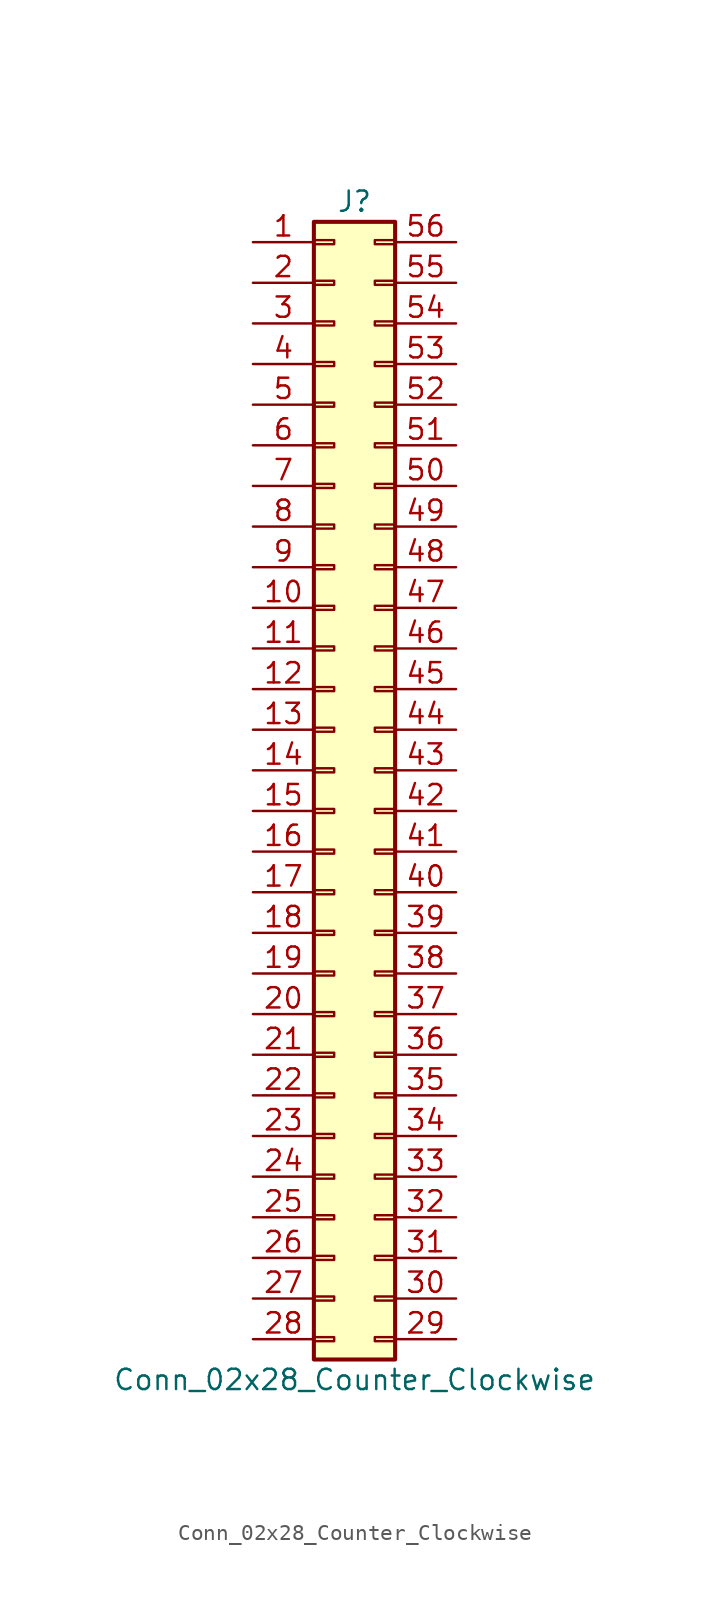
<source format=kicad_sym>
(kicad_symbol_lib
  (version 20201005)
  (generator kicad_symbol_editor)
  (symbol "Connector_Generic:Conn_02x28_Counter_Clockwise"
    (pin_names
      (offset 1.016) hide)
    (property "Reference" "J"
      (at 1.27 35.56 0)
      (effects (font (size 1.27 1.27))))
    (property "Value" "Conn_02x28_Counter_Clockwise"
      (at 1.27 -38.1 0)
      (effects (font (size 1.27 1.27))))
    (symbol "Conn_02x28_Counter_Clockwise_1_1"
      (rectangle (start -1.27 -27.813) (end 0 -28.067) (stroke (width 0.152)) (fill (type none)))
      (rectangle (start -1.27 -30.353) (end 0 -30.607) (stroke (width 0.152)) (fill (type none)))
      (rectangle (start -1.27 -32.893) (end 0 -33.147) (stroke (width 0.152)) (fill (type none)))
      (rectangle (start -1.27 -35.433) (end 0 -35.687) (stroke (width 0.152)) (fill (type none)))
      (rectangle (start -1.27 -4.953) (end 0 -5.207) (stroke (width 0.152)) (fill (type none)))
      (rectangle (start -1.27 -7.493) (end 0 -7.747) (stroke (width 0.152)) (fill (type none)))
      (rectangle (start -1.27 -10.033) (end 0 -10.287) (stroke (width 0.152)) (fill (type none)))
      (rectangle (start -1.27 -12.573) (end 0 -12.827) (stroke (width 0.152)) (fill (type none)))
      (rectangle (start -1.27 -15.113) (end 0 -15.367) (stroke (width 0.152)) (fill (type none)))
      (rectangle (start -1.27 -17.653) (end 0 -17.907) (stroke (width 0.152)) (fill (type none)))
      (rectangle (start -1.27 -20.193) (end 0 -20.447) (stroke (width 0.152)) (fill (type none)))
      (rectangle (start -1.27 -22.733) (end 0 -22.987) (stroke (width 0.152)) (fill (type none)))
      (rectangle (start -1.27 -2.413) (end 0 -2.667) (stroke (width 0.152)) (fill (type none)))
      (rectangle (start -1.27 -25.273) (end 0 -25.527) (stroke (width 0.152)) (fill (type none)))
      (rectangle (start -1.27 25.527) (end 0 25.273) (stroke (width 0.152)) (fill (type none)))
      (rectangle (start -1.27 2.667) (end 0 2.413) (stroke (width 0.152)) (fill (type none)))
      (rectangle (start -1.27 28.067) (end 0 27.813) (stroke (width 0.152)) (fill (type none)))
      (rectangle (start -1.27 30.607) (end 0 30.353) (stroke (width 0.152)) (fill (type none)))
      (rectangle (start -1.27 33.147) (end 0 32.893) (stroke (width 0.152)) (fill (type none)))
      (rectangle (start -1.27 34.29) (end 3.81 -36.83) (stroke (width 0.254)) (fill (type background)))
      (rectangle (start -1.27 5.207) (end 0 4.953) (stroke (width 0.152)) (fill (type none)))
      (rectangle (start -1.27 7.747) (end 0 7.493) (stroke (width 0.152)) (fill (type none)))
      (rectangle (start -1.27 10.287) (end 0 10.033) (stroke (width 0.152)) (fill (type none)))
      (rectangle (start -1.27 0.127) (end 0 -0.127) (stroke (width 0.152)) (fill (type none)))
      (rectangle (start -1.27 12.827) (end 0 12.573) (stroke (width 0.152)) (fill (type none)))
      (rectangle (start -1.27 15.367) (end 0 15.113) (stroke (width 0.152)) (fill (type none)))
      (rectangle (start -1.27 17.907) (end 0 17.653) (stroke (width 0.152)) (fill (type none)))
      (rectangle (start -1.27 20.447) (end 0 20.193) (stroke (width 0.152)) (fill (type none)))
      (rectangle (start -1.27 22.987) (end 0 22.733) (stroke (width 0.152)) (fill (type none)))
      (rectangle (start 3.81 -27.813) (end 2.54 -28.067) (stroke (width 0.152)) (fill (type none)))
      (rectangle (start 3.81 -30.353) (end 2.54 -30.607) (stroke (width 0.152)) (fill (type none)))
      (rectangle (start 3.81 -32.893) (end 2.54 -33.147) (stroke (width 0.152)) (fill (type none)))
      (rectangle (start 3.81 -35.433) (end 2.54 -35.687) (stroke (width 0.152)) (fill (type none)))
      (rectangle (start 3.81 -4.953) (end 2.54 -5.207) (stroke (width 0.152)) (fill (type none)))
      (rectangle (start 3.81 -7.493) (end 2.54 -7.747) (stroke (width 0.152)) (fill (type none)))
      (rectangle (start 3.81 -10.033) (end 2.54 -10.287) (stroke (width 0.152)) (fill (type none)))
      (rectangle (start 3.81 -12.573) (end 2.54 -12.827) (stroke (width 0.152)) (fill (type none)))
      (rectangle (start 3.81 -15.113) (end 2.54 -15.367) (stroke (width 0.152)) (fill (type none)))
      (rectangle (start 3.81 -17.653) (end 2.54 -17.907) (stroke (width 0.152)) (fill (type none)))
      (rectangle (start 3.81 -20.193) (end 2.54 -20.447) (stroke (width 0.152)) (fill (type none)))
      (rectangle (start 3.81 -22.733) (end 2.54 -22.987) (stroke (width 0.152)) (fill (type none)))
      (rectangle (start 3.81 -2.413) (end 2.54 -2.667) (stroke (width 0.152)) (fill (type none)))
      (rectangle (start 3.81 -25.273) (end 2.54 -25.527) (stroke (width 0.152)) (fill (type none)))
      (rectangle (start 3.81 25.527) (end 2.54 25.273) (stroke (width 0.152)) (fill (type none)))
      (rectangle (start 3.81 2.667) (end 2.54 2.413) (stroke (width 0.152)) (fill (type none)))
      (rectangle (start 3.81 28.067) (end 2.54 27.813) (stroke (width 0.152)) (fill (type none)))
      (rectangle (start 3.81 30.607) (end 2.54 30.353) (stroke (width 0.152)) (fill (type none)))
      (rectangle (start 3.81 33.147) (end 2.54 32.893) (stroke (width 0.152)) (fill (type none)))
      (rectangle (start 3.81 5.207) (end 2.54 4.953) (stroke (width 0.152)) (fill (type none)))
      (rectangle (start 3.81 7.747) (end 2.54 7.493) (stroke (width 0.152)) (fill (type none)))
      (rectangle (start 3.81 10.287) (end 2.54 10.033) (stroke (width 0.152)) (fill (type none)))
      (rectangle (start 3.81 0.127) (end 2.54 -0.127) (stroke (width 0.152)) (fill (type none)))
      (rectangle (start 3.81 12.827) (end 2.54 12.573) (stroke (width 0.152)) (fill (type none)))
      (rectangle (start 3.81 15.367) (end 2.54 15.113) (stroke (width 0.152)) (fill (type none)))
      (rectangle (start 3.81 17.907) (end 2.54 17.653) (stroke (width 0.152)) (fill (type none)))
      (rectangle (start 3.81 20.447) (end 2.54 20.193) (stroke (width 0.152)) (fill (type none)))
      (rectangle (start 3.81 22.987) (end 2.54 22.733) (stroke (width 0.152)) (fill (type none)))
      (pin passive line (at -5.08 33.02 0) (length 3.81) (name "Pin_1" (effects (font (size 1.27 1.27)))) (number "1" (effects (font (size 1.27 1.27)))))
      (pin passive line (at -5.08 10.16 0) (length 3.81) (name "Pin_10" (effects (font (size 1.27 1.27)))) (number "10" (effects (font (size 1.27 1.27)))))
      (pin passive line (at -5.08 7.62 0) (length 3.81) (name "Pin_11" (effects (font (size 1.27 1.27)))) (number "11" (effects (font (size 1.27 1.27)))))
      (pin passive line (at -5.08 5.08 0) (length 3.81) (name "Pin_12" (effects (font (size 1.27 1.27)))) (number "12" (effects (font (size 1.27 1.27)))))
      (pin passive line (at -5.08 2.54 0) (length 3.81) (name "Pin_13" (effects (font (size 1.27 1.27)))) (number "13" (effects (font (size 1.27 1.27)))))
      (pin passive line (at -5.08 0 0) (length 3.81) (name "Pin_14" (effects (font (size 1.27 1.27)))) (number "14" (effects (font (size 1.27 1.27)))))
      (pin passive line (at -5.08 -2.54 0) (length 3.81) (name "Pin_15" (effects (font (size 1.27 1.27)))) (number "15" (effects (font (size 1.27 1.27)))))
      (pin passive line (at -5.08 -5.08 0) (length 3.81) (name "Pin_16" (effects (font (size 1.27 1.27)))) (number "16" (effects (font (size 1.27 1.27)))))
      (pin passive line (at -5.08 -7.62 0) (length 3.81) (name "Pin_17" (effects (font (size 1.27 1.27)))) (number "17" (effects (font (size 1.27 1.27)))))
      (pin passive line (at -5.08 -10.16 0) (length 3.81) (name "Pin_18" (effects (font (size 1.27 1.27)))) (number "18" (effects (font (size 1.27 1.27)))))
      (pin passive line (at -5.08 -12.7 0) (length 3.81) (name "Pin_19" (effects (font (size 1.27 1.27)))) (number "19" (effects (font (size 1.27 1.27)))))
      (pin passive line (at -5.08 30.48 0) (length 3.81) (name "Pin_2" (effects (font (size 1.27 1.27)))) (number "2" (effects (font (size 1.27 1.27)))))
      (pin passive line (at -5.08 -15.24 0) (length 3.81) (name "Pin_20" (effects (font (size 1.27 1.27)))) (number "20" (effects (font (size 1.27 1.27)))))
      (pin passive line (at -5.08 -17.78 0) (length 3.81) (name "Pin_21" (effects (font (size 1.27 1.27)))) (number "21" (effects (font (size 1.27 1.27)))))
      (pin passive line (at -5.08 -20.32 0) (length 3.81) (name "Pin_22" (effects (font (size 1.27 1.27)))) (number "22" (effects (font (size 1.27 1.27)))))
      (pin passive line (at -5.08 -22.86 0) (length 3.81) (name "Pin_23" (effects (font (size 1.27 1.27)))) (number "23" (effects (font (size 1.27 1.27)))))
      (pin passive line (at -5.08 -25.4 0) (length 3.81) (name "Pin_24" (effects (font (size 1.27 1.27)))) (number "24" (effects (font (size 1.27 1.27)))))
      (pin passive line (at -5.08 -27.94 0) (length 3.81) (name "Pin_25" (effects (font (size 1.27 1.27)))) (number "25" (effects (font (size 1.27 1.27)))))
      (pin passive line (at -5.08 -30.48 0) (length 3.81) (name "Pin_26" (effects (font (size 1.27 1.27)))) (number "26" (effects (font (size 1.27 1.27)))))
      (pin passive line (at -5.08 -33.02 0) (length 3.81) (name "Pin_27" (effects (font (size 1.27 1.27)))) (number "27" (effects (font (size 1.27 1.27)))))
      (pin passive line (at -5.08 -35.56 0) (length 3.81) (name "Pin_28" (effects (font (size 1.27 1.27)))) (number "28" (effects (font (size 1.27 1.27)))))
      (pin passive line (at 7.62 -35.56 180) (length 3.81) (name "Pin_29" (effects (font (size 1.27 1.27)))) (number "29" (effects (font (size 1.27 1.27)))))
      (pin passive line (at -5.08 27.94 0) (length 3.81) (name "Pin_3" (effects (font (size 1.27 1.27)))) (number "3" (effects (font (size 1.27 1.27)))))
      (pin passive line (at 7.62 -33.02 180) (length 3.81) (name "Pin_30" (effects (font (size 1.27 1.27)))) (number "30" (effects (font (size 1.27 1.27)))))
      (pin passive line (at 7.62 -30.48 180) (length 3.81) (name "Pin_31" (effects (font (size 1.27 1.27)))) (number "31" (effects (font (size 1.27 1.27)))))
      (pin passive line (at 7.62 -27.94 180) (length 3.81) (name "Pin_32" (effects (font (size 1.27 1.27)))) (number "32" (effects (font (size 1.27 1.27)))))
      (pin passive line (at 7.62 -25.4 180) (length 3.81) (name "Pin_33" (effects (font (size 1.27 1.27)))) (number "33" (effects (font (size 1.27 1.27)))))
      (pin passive line (at 7.62 -22.86 180) (length 3.81) (name "Pin_34" (effects (font (size 1.27 1.27)))) (number "34" (effects (font (size 1.27 1.27)))))
      (pin passive line (at 7.62 -20.32 180) (length 3.81) (name "Pin_35" (effects (font (size 1.27 1.27)))) (number "35" (effects (font (size 1.27 1.27)))))
      (pin passive line (at 7.62 -17.78 180) (length 3.81) (name "Pin_36" (effects (font (size 1.27 1.27)))) (number "36" (effects (font (size 1.27 1.27)))))
      (pin passive line (at 7.62 -15.24 180) (length 3.81) (name "Pin_37" (effects (font (size 1.27 1.27)))) (number "37" (effects (font (size 1.27 1.27)))))
      (pin passive line (at 7.62 -12.7 180) (length 3.81) (name "Pin_38" (effects (font (size 1.27 1.27)))) (number "38" (effects (font (size 1.27 1.27)))))
      (pin passive line (at 7.62 -10.16 180) (length 3.81) (name "Pin_39" (effects (font (size 1.27 1.27)))) (number "39" (effects (font (size 1.27 1.27)))))
      (pin passive line (at -5.08 25.4 0) (length 3.81) (name "Pin_4" (effects (font (size 1.27 1.27)))) (number "4" (effects (font (size 1.27 1.27)))))
      (pin passive line (at 7.62 -7.62 180) (length 3.81) (name "Pin_40" (effects (font (size 1.27 1.27)))) (number "40" (effects (font (size 1.27 1.27)))))
      (pin passive line (at 7.62 -5.08 180) (length 3.81) (name "Pin_41" (effects (font (size 1.27 1.27)))) (number "41" (effects (font (size 1.27 1.27)))))
      (pin passive line (at 7.62 -2.54 180) (length 3.81) (name "Pin_42" (effects (font (size 1.27 1.27)))) (number "42" (effects (font (size 1.27 1.27)))))
      (pin passive line (at 7.62 0 180) (length 3.81) (name "Pin_43" (effects (font (size 1.27 1.27)))) (number "43" (effects (font (size 1.27 1.27)))))
      (pin passive line (at 7.62 2.54 180) (length 3.81) (name "Pin_44" (effects (font (size 1.27 1.27)))) (number "44" (effects (font (size 1.27 1.27)))))
      (pin passive line (at 7.62 5.08 180) (length 3.81) (name "Pin_45" (effects (font (size 1.27 1.27)))) (number "45" (effects (font (size 1.27 1.27)))))
      (pin passive line (at 7.62 7.62 180) (length 3.81) (name "Pin_46" (effects (font (size 1.27 1.27)))) (number "46" (effects (font (size 1.27 1.27)))))
      (pin passive line (at 7.62 10.16 180) (length 3.81) (name "Pin_47" (effects (font (size 1.27 1.27)))) (number "47" (effects (font (size 1.27 1.27)))))
      (pin passive line (at 7.62 12.7 180) (length 3.81) (name "Pin_48" (effects (font (size 1.27 1.27)))) (number "48" (effects (font (size 1.27 1.27)))))
      (pin passive line (at 7.62 15.24 180) (length 3.81) (name "Pin_49" (effects (font (size 1.27 1.27)))) (number "49" (effects (font (size 1.27 1.27)))))
      (pin passive line (at -5.08 22.86 0) (length 3.81) (name "Pin_5" (effects (font (size 1.27 1.27)))) (number "5" (effects (font (size 1.27 1.27)))))
      (pin passive line (at 7.62 17.78 180) (length 3.81) (name "Pin_50" (effects (font (size 1.27 1.27)))) (number "50" (effects (font (size 1.27 1.27)))))
      (pin passive line (at 7.62 20.32 180) (length 3.81) (name "Pin_51" (effects (font (size 1.27 1.27)))) (number "51" (effects (font (size 1.27 1.27)))))
      (pin passive line (at 7.62 22.86 180) (length 3.81) (name "Pin_52" (effects (font (size 1.27 1.27)))) (number "52" (effects (font (size 1.27 1.27)))))
      (pin passive line (at 7.62 25.4 180) (length 3.81) (name "Pin_53" (effects (font (size 1.27 1.27)))) (number "53" (effects (font (size 1.27 1.27)))))
      (pin passive line (at 7.62 27.94 180) (length 3.81) (name "Pin_54" (effects (font (size 1.27 1.27)))) (number "54" (effects (font (size 1.27 1.27)))))
      (pin passive line (at 7.62 30.48 180) (length 3.81) (name "Pin_55" (effects (font (size 1.27 1.27)))) (number "55" (effects (font (size 1.27 1.27)))))
      (pin passive line (at 7.62 33.02 180) (length 3.81) (name "Pin_56" (effects (font (size 1.27 1.27)))) (number "56" (effects (font (size 1.27 1.27)))))
      (pin passive line (at -5.08 20.32 0) (length 3.81) (name "Pin_6" (effects (font (size 1.27 1.27)))) (number "6" (effects (font (size 1.27 1.27)))))
      (pin passive line (at -5.08 17.78 0) (length 3.81) (name "Pin_7" (effects (font (size 1.27 1.27)))) (number "7" (effects (font (size 1.27 1.27)))))
      (pin passive line (at -5.08 15.24 0) (length 3.81) (name "Pin_8" (effects (font (size 1.27 1.27)))) (number "8" (effects (font (size 1.27 1.27)))))
      (pin passive line (at -5.08 12.7 0) (length 3.81) (name "Pin_9" (effects (font (size 1.27 1.27)))) (number "9" (effects (font (size 1.27 1.27))))))))
</source>
